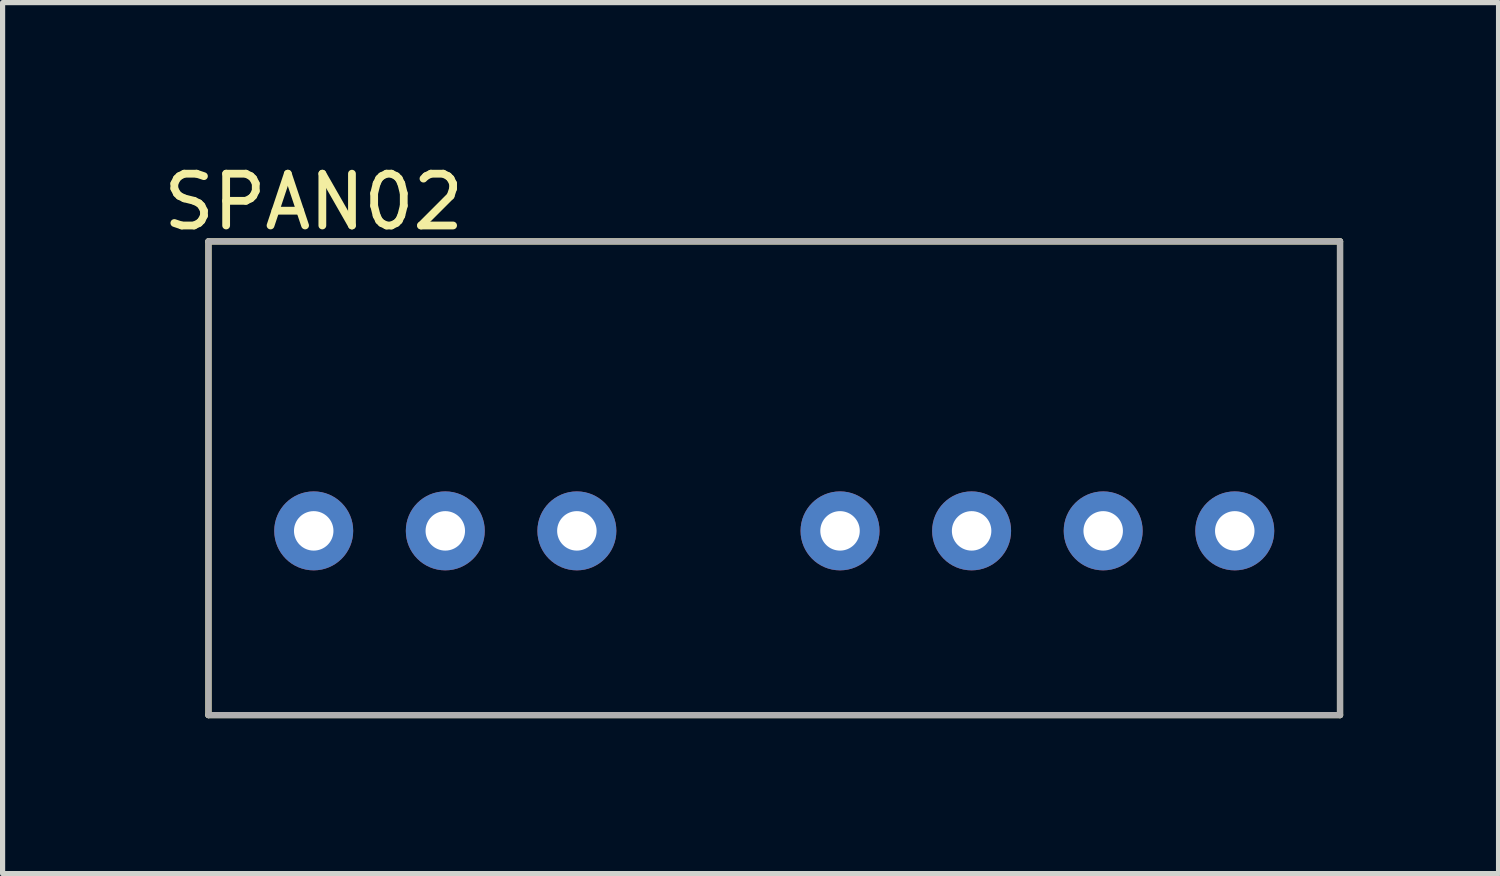
<source format=kicad_pcb>
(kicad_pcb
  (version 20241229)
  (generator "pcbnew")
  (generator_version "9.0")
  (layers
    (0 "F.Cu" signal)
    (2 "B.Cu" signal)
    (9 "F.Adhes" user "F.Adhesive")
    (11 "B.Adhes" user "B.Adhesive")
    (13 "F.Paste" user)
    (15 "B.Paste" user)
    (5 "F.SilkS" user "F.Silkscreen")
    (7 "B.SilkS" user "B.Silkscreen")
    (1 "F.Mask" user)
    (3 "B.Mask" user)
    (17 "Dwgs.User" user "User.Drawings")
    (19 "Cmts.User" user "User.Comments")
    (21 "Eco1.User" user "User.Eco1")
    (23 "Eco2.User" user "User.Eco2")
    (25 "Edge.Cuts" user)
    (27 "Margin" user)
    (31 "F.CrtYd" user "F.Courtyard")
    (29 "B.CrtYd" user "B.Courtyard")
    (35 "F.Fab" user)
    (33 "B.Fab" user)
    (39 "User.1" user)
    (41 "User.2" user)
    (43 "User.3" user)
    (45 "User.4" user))
  (footprint "SPAN02"
    (layer "F.Cu")
    (at 11.642 6.182)
    (property "Reference" "SPAN02" (at -8.636 -5.334 0) (layer "F.SilkS") (effects (font (size 1 1) (thickness 0.15))))
    (attr through_hole)
    (fp_line (start -10.668 -4.572) (end 11.176 -4.572) (stroke (width 0.12) (type solid)) (layer "F.SilkS"))
    (fp_line (start -10.668 4.572) (end -10.668 -4.572) (stroke (width 0.12) (type solid)) (layer "F.SilkS"))
    (fp_line (start 11.176 -4.572) (end 11.176 4.572) (stroke (width 0.12) (type solid)) (layer "F.SilkS"))
    (fp_line (start 11.176 4.572) (end -10.668 4.572) (stroke (width 0.12) (type solid)) (layer "F.SilkS"))
    (fp_line (start -10.668 4.572) (end -10.668 -4.572) (stroke (width 0.12) (type solid)) (layer "F.Fab"))
    (fp_line (start -10.668 4.572) (end 11.176 4.572) (stroke (width 0.12) (type solid)) (layer "F.Fab"))
    (fp_line (start 11.176 -4.572) (end -10.668 -4.572) (stroke (width 0.12) (type solid)) (layer "F.Fab"))
    (fp_line (start 11.176 -4.572) (end 11.176 4.572) (stroke (width 0.12) (type solid)) (layer "F.Fab"))
    (pad "1" thru_hole circle (at -8.636 1.016) (size 1.524 1.524) (drill 0.762) (layers "*.Cu" "*.Mask"))
    (pad "2" thru_hole circle (at -6.096 1.016) (size 1.524 1.524) (drill 0.762) (layers "*.Cu" "*.Mask"))
    (pad "3" thru_hole circle (at -3.556 1.016) (size 1.524 1.524) (drill 0.762) (layers "*.Cu" "*.Mask"))
    (pad "5" thru_hole circle (at 1.524 1.016) (size 1.524 1.524) (drill 0.762) (layers "*.Cu" "*.Mask"))
    (pad "6" thru_hole circle (at 4.064 1.016) (size 1.524 1.524) (drill 0.762) (layers "*.Cu" "*.Mask"))
    (pad "7" thru_hole circle (at 6.604 1.016) (size 1.524 1.524) (drill 0.762) (layers "*.Cu" "*.Mask"))
    (pad "8" thru_hole circle (at 9.144 1.016) (size 1.524 1.524) (drill 0.762) (layers "*.Cu" "*.Mask")))
  (gr_rect
    (start -3 -3)
    (end 25.878 13.814)
    (stroke (width 0.1) (type default))
    (fill no)
    (layer "Edge.Cuts")))
</source>
